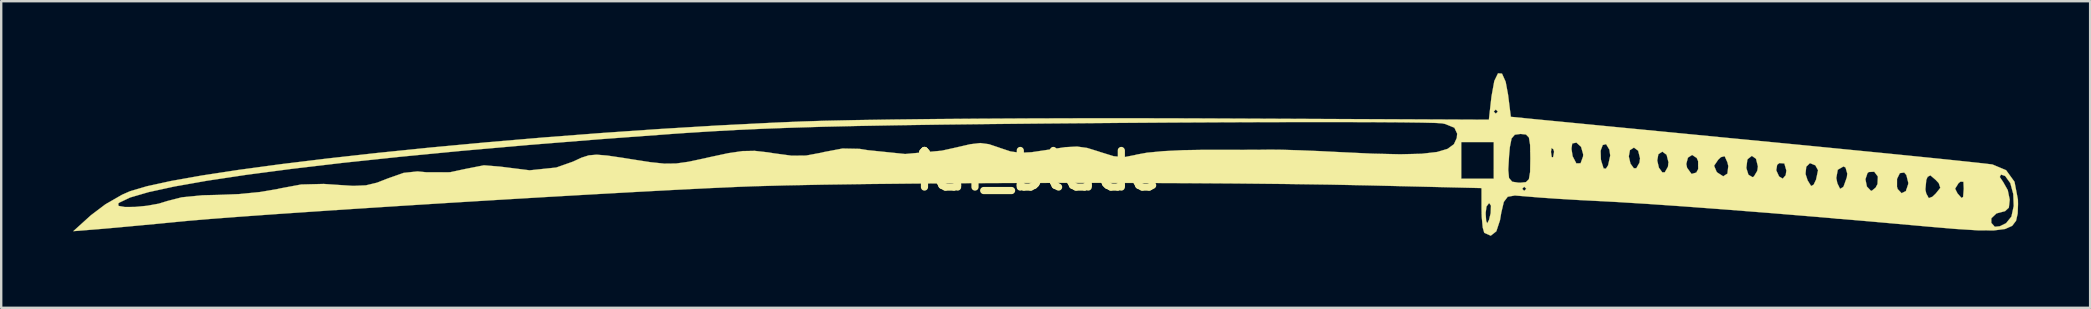
<source format=kicad_pcb>
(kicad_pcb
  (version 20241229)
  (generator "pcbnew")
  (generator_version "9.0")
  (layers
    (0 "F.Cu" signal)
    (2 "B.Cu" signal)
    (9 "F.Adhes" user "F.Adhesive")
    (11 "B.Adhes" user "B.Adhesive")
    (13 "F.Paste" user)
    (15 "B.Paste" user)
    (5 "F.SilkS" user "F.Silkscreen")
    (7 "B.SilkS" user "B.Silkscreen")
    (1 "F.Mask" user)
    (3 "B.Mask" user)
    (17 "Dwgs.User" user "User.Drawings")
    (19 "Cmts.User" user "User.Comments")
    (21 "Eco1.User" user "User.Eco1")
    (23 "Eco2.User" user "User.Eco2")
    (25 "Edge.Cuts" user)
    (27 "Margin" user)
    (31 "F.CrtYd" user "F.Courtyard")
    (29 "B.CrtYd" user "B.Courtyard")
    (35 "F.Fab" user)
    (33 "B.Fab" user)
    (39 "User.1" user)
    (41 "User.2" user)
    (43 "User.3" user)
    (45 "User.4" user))
  (footprint "iai_blade"
    (layer "F.Cu")
    (at 40.222 4.054)
    (property "Reference" "iai_blade" (at 0 0 0) (layer "F.SilkS") (effects (font (size 1.524 1.524) (thickness 0.3))))
    (attr through_hole)
    (fp_poly (pts (xy 19.309 -4.037) (xy 19.462 -3.696) (xy 19.563 -3.151) (xy 19.677 -2.237) (xy 20.718 -2.134) (xy 21.089 -2.098) (xy 21.76 -2.033) (xy 22.696 -1.942) (xy 23.858 -1.829) (xy 25.212 -1.698) (xy 26.72 -1.552) (xy 28.345 -1.394) (xy 30.052 -1.229) (xy 30.48 -1.188) (xy 32.181 -1.023) (xy 33.793 -0.864) (xy 35.283 -0.717) (xy 36.616 -0.583) (xy 37.758 -0.467) (xy 38.675 -0.371) (xy 39.333 -0.3) (xy 39.699 -0.257) (xy 39.746 -0.25) (xy 40.313 -0.013) (xy 40.663 0.47) (xy 40.805 1.213) (xy 40.809 1.396) (xy 40.795 1.794) (xy 40.727 2.094) (xy 40.565 2.306) (xy 40.271 2.437) (xy 39.804 2.496) (xy 39.127 2.492) (xy 38.199 2.434) (xy 36.981 2.33) (xy 36.697 2.304) (xy 34.619 2.119) (xy 33.137 1.992) (xy 39.696 1.992) (xy 39.697 2.182) (xy 39.843 2.345) (xy 40.053 2.323) (xy 40.312 2.195) (xy 40.534 1.921) (xy 40.63 1.479) (xy 40.611 0.978) (xy 40.488 0.525) (xy 40.273 0.228) (xy 40.1 0.169) (xy 40.049 0.27) (xy 40.19 0.479) (xy 40.382 0.818) (xy 40.463 1.215) (xy 40.427 1.549) (xy 40.267 1.696) (xy 40.259 1.696) (xy 39.912 1.788) (xy 39.696 1.992) (xy 33.137 1.992) (xy 32.551 1.942) (xy 30.543 1.776) (xy 28.644 1.627) (xy 26.903 1.497) (xy 25.37 1.391) (xy 24.094 1.312) (xy 23.453 1.278) (xy 22.527 1.231) (xy 21.636 1.178) (xy 20.88 1.126) (xy 20.362 1.083) (xy 19.847 1.041) (xy 19.548 1.093) (xy 19.385 1.308) (xy 19.279 1.755) (xy 19.225 2.074) (xy 19.073 2.533) (xy 18.84 2.716) (xy 18.57 2.596) (xy 18.506 2.375) (xy 18.465 1.933) (xy 18.461 1.778) (xy 18.627 1.778) (xy 18.649 2.097) (xy 18.692 2.201) (xy 18.768 2.058) (xy 18.837 1.778) (xy 18.849 1.463) (xy 18.773 1.355) (xy 18.663 1.5) (xy 18.627 1.778) (xy 18.461 1.778) (xy 18.457 1.608) (xy 18.457 0.762) (xy 20.151 0.762) (xy 20.235 0.847) (xy 20.32 0.762) (xy 20.235 0.677) (xy 20.151 0.762) (xy 18.457 0.762) (xy 18.457 0.732) (xy 13.758 0.62) (xy 12.113 0.587) (xy 10.25 0.561) (xy 8.216 0.54) (xy 6.053 0.526) (xy 3.807 0.518) (xy 1.521 0.515) (xy -0.76 0.519) (xy -2.993 0.528) (xy -5.131 0.543) (xy -7.132 0.563) (xy -8.951 0.589) (xy -10.543 0.62) (xy -11.865 0.656) (xy -12.446 0.678) (xy -13.701 0.734) (xy -15.184 0.808) (xy -16.853 0.897) (xy -18.666 0.998) (xy -20.58 1.108) (xy -22.553 1.225) (xy -24.543 1.346) (xy -26.507 1.469) (xy -28.403 1.591) (xy -30.188 1.709) (xy -31.821 1.82) (xy -33.258 1.923) (xy -34.458 2.014) (xy -35.379 2.091) (xy -35.645 2.116) (xy -36.635 2.212) (xy -37.598 2.302) (xy -38.44 2.38) (xy -39.066 2.435) (xy -39.201 2.446) (xy -40.217 2.528) (xy -39.483 1.864) (xy -38.883 1.411) (xy -38.821 1.375) (xy -38.346 1.375) (xy -38.332 1.475) (xy -38.07 1.521) (xy -37.647 1.518) (xy -37.148 1.47) (xy -36.66 1.382) (xy -36.296 1.27) (xy -35.699 1.117) (xy -34.83 1.032) (xy -34.167 1.016) (xy -33.314 0.983) (xy -32.444 0.897) (xy -31.718 0.774) (xy -31.61 0.748) (xy -30.723 0.583) (xy -29.785 0.56) (xy -29.282 0.594) (xy -28.555 0.641) (xy -28.027 0.618) (xy -27.563 0.507) (xy -27.121 0.334) (xy -26.453 0.099) (xy -25.878 0.038) (xy -25.496 0.074) (xy -24.519 0.072) (xy -23.901 -0.061) (xy -23.108 -0.217) (xy -22.414 -0.16) (xy -22.411 -0.159) (xy -21.204 -0.008) (xy -20.096 -0.124) (xy -19.398 -0.37) (xy -19.039 -0.536) (xy -18.74 -0.631) (xy -18.411 -0.659) (xy -17.963 -0.622) (xy -17.307 -0.525) (xy -16.954 -0.468) (xy -16.168 -0.346) (xy -15.593 -0.286) (xy -15.107 -0.291) (xy -14.588 -0.364) (xy -13.912 -0.508) (xy -13.718 -0.553) (xy -12.924 -0.723) (xy -12.334 -0.809) (xy -11.824 -0.818) (xy -11.273 -0.756) (xy -11.028 -0.716) (xy -10.284 -0.617) (xy -9.687 -0.623) (xy -9.064 -0.739) (xy -8.947 -0.768) (xy -8.168 -0.916) (xy -7.459 -0.902) (xy -7.11 -0.846) (xy -5.558 -0.687) (xy -4.04 -0.825) (xy -3.46 -0.953) (xy -2.846 -1.095) (xy -2.426 -1.144) (xy -2.068 -1.096) (xy -1.641 -0.953) (xy -1.61 -0.941) (xy -1.174 -0.796) (xy -0.775 -0.738) (xy -0.292 -0.762) (xy 0.397 -0.864) (xy 0.419 -0.868) (xy 1.113 -0.972) (xy 1.604 -0.998) (xy 2.023 -0.94) (xy 2.497 -0.794) (xy 2.556 -0.773) (xy 3.131 -0.595) (xy 3.566 -0.556) (xy 4.021 -0.645) (xy 4.085 -0.663) (xy 4.52 -0.742) (xy 5.197 -0.806) (xy 6.022 -0.847) (xy 6.821 -0.86) (xy 7.709 -0.859) (xy 8.549 -0.861) (xy 9.241 -0.864) (xy 9.652 -0.869) (xy 10.13 -0.864) (xy 10.844 -0.843) (xy 11.691 -0.809) (xy 12.446 -0.771) (xy 13.91 -0.702) (xy 15.069 -0.676) (xy 15.956 -0.697) (xy 16.603 -0.771) (xy 17.042 -0.902) (xy 17.305 -1.095) (xy 17.347 -1.185) (xy 17.611 -1.185) (xy 17.611 0.339) (xy 18.965 0.339) (xy 18.965 -0.03) (xy 19.569 -0.03) (xy 19.602 0.313) (xy 19.734 0.467) (xy 19.995 0.507) (xy 20.076 0.508) (xy 20.305 0.485) (xy 20.429 0.364) (xy 20.48 0.064) (xy 20.489 -0.493) (xy 20.489 -0.508) (xy 20.485 -0.776) (xy 21.349 -0.776) (xy 21.381 -0.556) (xy 21.438 -0.554) (xy 21.479 -0.78) (xy 21.452 -0.878) (xy 21.415 -0.91) (xy 22.203 -0.91) (xy 22.252 -0.594) (xy 22.407 -0.297) (xy 22.584 -0.302) (xy 22.687 -0.588) (xy 22.691 -0.677) (xy 22.648 -0.83) (xy 23.418 -0.83) (xy 23.429 -0.467) (xy 23.444 -0.396) (xy 23.542 -0.087) (xy 23.639 -0.077) (xy 23.73 -0.217) (xy 23.811 -0.585) (xy 24.592 -0.585) (xy 24.662 -0.287) (xy 24.801 -0.094) (xy 24.904 -0.092) (xy 25.037 -0.325) (xy 25.049 -0.416) (xy 25.777 -0.416) (xy 25.847 -0.117) (xy 25.986 0.075) (xy 26.09 0.077) (xy 26.223 -0.155) (xy 26.238 -0.274) (xy 26.987 -0.274) (xy 27.021 -0.113) (xy 27.207 0.144) (xy 27.404 0.086) (xy 27.483 -0.058) (xy 27.482 -0.198) (xy 28.146 -0.198) (xy 28.249 0.048) (xy 28.278 0.083) (xy 28.526 0.242) (xy 28.702 0.129) (xy 28.728 -0.102) (xy 29.489 -0.102) (xy 29.577 0.176) (xy 29.745 0.277) (xy 29.801 0.255) (xy 29.946 0.014) (xy 29.95 -0.009) (xy 30.735 -0.009) (xy 30.854 0.249) (xy 31.006 0.339) (xy 31.129 0.197) (xy 31.137 0.142) (xy 31.955 0.142) (xy 32.043 0.411) (xy 32.189 0.647) (xy 32.293 0.592) (xy 32.398 0.372) (xy 32.409 0.315) (xy 33.237 0.315) (xy 33.282 0.532) (xy 33.395 0.765) (xy 33.522 0.69) (xy 33.544 0.657) (xy 33.649 0.364) (xy 34.451 0.364) (xy 34.512 0.668) (xy 34.679 0.843) (xy 34.713 0.847) (xy 34.879 0.711) (xy 34.896 0.678) (xy 35.767 0.678) (xy 35.795 0.773) (xy 35.959 0.946) (xy 36.137 0.857) (xy 36.157 0.798) (xy 36.949 0.798) (xy 36.987 0.961) (xy 37.092 1.152) (xy 37.244 1.092) (xy 37.381 0.961) (xy 37.545 0.757) (xy 38.188 0.757) (xy 38.288 0.954) (xy 38.457 1.145) (xy 38.522 1.099) (xy 38.548 0.766) (xy 38.548 0.756) (xy 38.535 0.468) (xy 38.413 0.465) (xy 38.334 0.524) (xy 38.188 0.757) (xy 37.545 0.757) (xy 37.572 0.723) (xy 37.507 0.528) (xy 37.381 0.393) (xy 37.158 0.202) (xy 37.044 0.263) (xy 36.987 0.393) (xy 36.949 0.798) (xy 36.157 0.798) (xy 36.235 0.563) (xy 36.237 0.508) (xy 36.157 0.188) (xy 36.067 0.084) (xy 35.885 0.11) (xy 35.768 0.349) (xy 35.767 0.678) (xy 34.896 0.678) (xy 34.955 0.564) (xy 34.97 0.251) (xy 34.819 0.051) (xy 34.592 0.063) (xy 34.538 0.107) (xy 34.451 0.364) (xy 33.649 0.364) (xy 33.678 0.281) (xy 33.695 0.127) (xy 33.622 -0.124) (xy 33.538 -0.169) (xy 33.299 -0.032) (xy 33.237 0.315) (xy 32.409 0.315) (xy 32.477 -0.013) (xy 32.364 -0.216) (xy 32.139 -0.308) (xy 31.986 -0.157) (xy 31.955 0.142) (xy 31.137 0.142) (xy 31.157 0) (xy 31.073 -0.294) (xy 30.866 -0.31) (xy 30.774 -0.237) (xy 30.735 -0.009) (xy 29.95 -0.009) (xy 29.972 -0.169) (xy 29.893 -0.488) (xy 29.72 -0.61) (xy 29.548 -0.477) (xy 29.529 -0.434) (xy 29.489 -0.102) (xy 28.728 -0.102) (xy 28.738 -0.186) (xy 28.701 -0.341) (xy 28.586 -0.597) (xy 28.43 -0.556) (xy 28.318 -0.451) (xy 28.146 -0.198) (xy 27.482 -0.198) (xy 27.48 -0.392) (xy 27.423 -0.522) (xy 27.231 -0.649) (xy 27.056 -0.536) (xy 26.987 -0.274) (xy 26.238 -0.274) (xy 26.247 -0.339) (xy 26.167 -0.655) (xy 25.991 -0.786) (xy 25.824 -0.679) (xy 25.777 -0.416) (xy 25.049 -0.416) (xy 25.061 -0.508) (xy 24.982 -0.825) (xy 24.806 -0.955) (xy 24.639 -0.848) (xy 24.592 -0.585) (xy 23.811 -0.585) (xy 23.819 -0.619) (xy 23.785 -0.867) (xy 23.646 -1.098) (xy 23.507 -1.063) (xy 23.418 -0.83) (xy 22.648 -0.83) (xy 22.603 -0.987) (xy 22.41 -1.163) (xy 22.236 -1.126) (xy 22.203 -0.91) (xy 21.415 -0.91) (xy 21.376 -0.943) (xy 21.349 -0.776) (xy 20.485 -0.776) (xy 20.48 -1.071) (xy 20.43 -1.376) (xy 20.308 -1.5) (xy 20.083 -1.524) (xy 20.082 -1.524) (xy 19.842 -1.491) (xy 19.708 -1.335) (xy 19.636 -0.973) (xy 19.605 -0.635) (xy 19.569 -0.03) (xy 18.965 -0.03) (xy 18.965 -1.185) (xy 17.611 -1.185) (xy 17.347 -1.185) (xy 17.425 -1.355) (xy 17.441 -1.537) (xy 17.326 -1.782) (xy 16.943 -1.938) (xy 16.814 -1.965) (xy 16.548 -1.982) (xy 15.97 -1.996) (xy 15.109 -2.007) (xy 13.991 -2.014) (xy 12.643 -2.018) (xy 11.093 -2.018) (xy 9.369 -2.015) (xy 7.497 -2.008) (xy 5.504 -1.998) (xy 3.419 -1.984) (xy 2.971 -1.98) (xy 0.321 -1.959) (xy -2.023 -1.936) (xy -4.093 -1.912) (xy -5.92 -1.885) (xy -7.537 -1.856) (xy -8.977 -1.823) (xy -10.27 -1.784) (xy -11.45 -1.741) (xy -12.549 -1.691) (xy -13.598 -1.634) (xy -14.63 -1.569) (xy -15.155 -1.533) (xy -18.282 -1.303) (xy -21.242 -1.065) (xy -24.02 -0.821) (xy -26.601 -0.572) (xy -28.969 -0.322) (xy -31.109 -0.07) (xy -33.005 0.179) (xy -34.643 0.425) (xy -36.007 0.666) (xy -37.081 0.9) (xy -37.85 1.124) (xy -38.299 1.337) (xy -38.346 1.375) (xy -38.821 1.375) (xy -38.185 1.009) (xy -37.855 0.864) (xy -37.154 0.657) (xy -36.146 0.437) (xy -34.86 0.208) (xy -33.326 -0.026) (xy -31.575 -0.263) (xy -29.638 -0.499) (xy -27.544 -0.732) (xy -25.323 -0.958) (xy -23.007 -1.173) (xy -20.625 -1.376) (xy -18.208 -1.562) (xy -15.785 -1.729) (xy -13.388 -1.874) (xy -11.046 -1.992) (xy -9.906 -2.041) (xy -8.921 -2.072) (xy -7.639 -2.1) (xy -6.101 -2.124) (xy -4.351 -2.144) (xy -2.428 -2.159) (xy -0.376 -2.17) (xy 1.764 -2.176) (xy 3.951 -2.177) (xy 6.142 -2.172) (xy 6.714 -2.17) (xy 18.762 -2.117) (xy 18.8 -2.455) (xy 18.965 -2.455) (xy 19.05 -2.371) (xy 19.135 -2.455) (xy 19.05 -2.54) (xy 18.965 -2.455) (xy 18.8 -2.455) (xy 18.872 -3.09) (xy 18.989 -3.732) (xy 19.143 -4.049) (xy 19.309 -4.037)) (stroke (width 0.01) (type solid)) (fill yes) (layer "F.SilkS")))
  (gr_rect
    (start -3 -3)
    (end 84.036 9.775)
    (stroke (width 0.1) (type default))
    (fill no)
    (layer "Edge.Cuts")))
</source>
